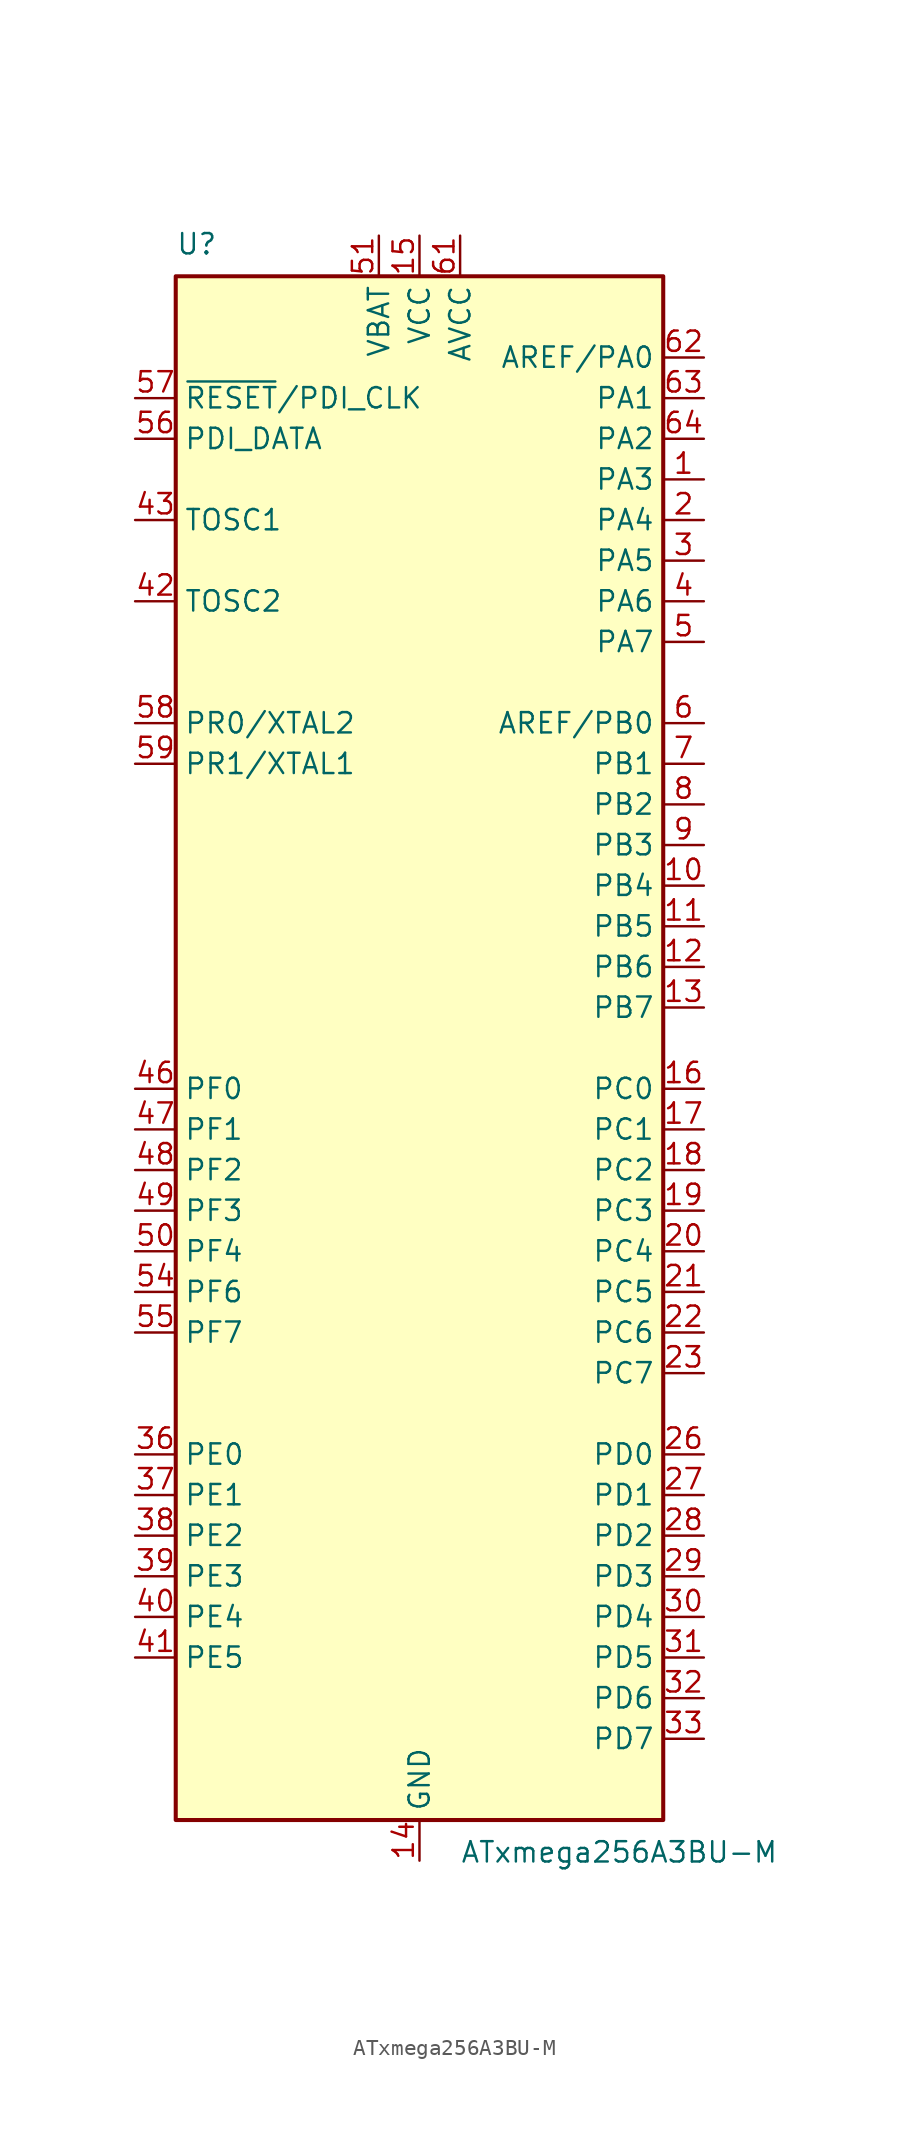
<source format=kicad_sym>
(kicad_symbol_lib
  (version 20231120)
  (generator "kicad_symbol_editor")
  (generator_version "8.0")
  (symbol "ATxmega256A3BU-M"
    (property "Reference" "U"
      (at -15.24 49.53 0)
      (effects (font (size 1.27 1.27)) (justify left bottom)))
    (property "Value" "ATxmega256A3BU-M"
      (at 2.54 -49.53 0)
      (effects (font (size 1.27 1.27)) (justify left top)))
    (symbol "ATxmega256A3BU-M_0_1"
      (rectangle (start -15.24 -48.26) (end 15.24 48.26) (stroke (width 0.254) (type default)) (fill (type background))))
    (symbol "ATxmega256A3BU-M_1_1"
      (pin bidirectional line (at 17.78 35.56 180) (length 2.54) (name "PA3" (effects (font (size 1.27 1.27)))) (number "1" (effects (font (size 1.27 1.27)))))
      (pin bidirectional line (at 17.78 10.16 180) (length 2.54) (name "PB4" (effects (font (size 1.27 1.27)))) (number "10" (effects (font (size 1.27 1.27)))))
      (pin bidirectional line (at 17.78 7.62 180) (length 2.54) (name "PB5" (effects (font (size 1.27 1.27)))) (number "11" (effects (font (size 1.27 1.27)))))
      (pin bidirectional line (at 17.78 5.08 180) (length 2.54) (name "PB6" (effects (font (size 1.27 1.27)))) (number "12" (effects (font (size 1.27 1.27)))))
      (pin bidirectional line (at 17.78 2.54 180) (length 2.54) (name "PB7" (effects (font (size 1.27 1.27)))) (number "13" (effects (font (size 1.27 1.27)))))
      (pin power_in line (at 0 -50.8 90) (length 2.54) (name "GND" (effects (font (size 1.27 1.27)))) (number "14" (effects (font (size 1.27 1.27)))))
      (pin power_in line (at 0 50.8 270) (length 2.54) (name "VCC" (effects (font (size 1.27 1.27)))) (number "15" (effects (font (size 1.27 1.27)))))
      (pin bidirectional line (at 17.78 -2.54 180) (length 2.54) (name "PC0" (effects (font (size 1.27 1.27)))) (number "16" (effects (font (size 1.27 1.27)))))
      (pin bidirectional line (at 17.78 -5.08 180) (length 2.54) (name "PC1" (effects (font (size 1.27 1.27)))) (number "17" (effects (font (size 1.27 1.27)))))
      (pin bidirectional line (at 17.78 -7.62 180) (length 2.54) (name "PC2" (effects (font (size 1.27 1.27)))) (number "18" (effects (font (size 1.27 1.27)))))
      (pin bidirectional line (at 17.78 -10.16 180) (length 2.54) (name "PC3" (effects (font (size 1.27 1.27)))) (number "19" (effects (font (size 1.27 1.27)))))
      (pin bidirectional line (at 17.78 33.02 180) (length 2.54) (name "PA4" (effects (font (size 1.27 1.27)))) (number "2" (effects (font (size 1.27 1.27)))))
      (pin bidirectional line (at 17.78 -12.7 180) (length 2.54) (name "PC4" (effects (font (size 1.27 1.27)))) (number "20" (effects (font (size 1.27 1.27)))))
      (pin bidirectional line (at 17.78 -15.24 180) (length 2.54) (name "PC5" (effects (font (size 1.27 1.27)))) (number "21" (effects (font (size 1.27 1.27)))))
      (pin bidirectional line (at 17.78 -17.78 180) (length 2.54) (name "PC6" (effects (font (size 1.27 1.27)))) (number "22" (effects (font (size 1.27 1.27)))))
      (pin bidirectional line (at 17.78 -20.32 180) (length 2.54) (name "PC7" (effects (font (size 1.27 1.27)))) (number "23" (effects (font (size 1.27 1.27)))))
      (pin passive line (at 0 -50.8 90) (length 2.54) hide (name "GND" (effects (font (size 1.27 1.27)))) (number "24" (effects (font (size 1.27 1.27)))))
      (pin passive line (at 0 50.8 270) (length 2.54) hide (name "VCC" (effects (font (size 1.27 1.27)))) (number "25" (effects (font (size 1.27 1.27)))))
      (pin bidirectional line (at 17.78 -25.4 180) (length 2.54) (name "PD0" (effects (font (size 1.27 1.27)))) (number "26" (effects (font (size 1.27 1.27)))))
      (pin bidirectional line (at 17.78 -27.94 180) (length 2.54) (name "PD1" (effects (font (size 1.27 1.27)))) (number "27" (effects (font (size 1.27 1.27)))))
      (pin bidirectional line (at 17.78 -30.48 180) (length 2.54) (name "PD2" (effects (font (size 1.27 1.27)))) (number "28" (effects (font (size 1.27 1.27)))))
      (pin bidirectional line (at 17.78 -33.02 180) (length 2.54) (name "PD3" (effects (font (size 1.27 1.27)))) (number "29" (effects (font (size 1.27 1.27)))))
      (pin bidirectional line (at 17.78 30.48 180) (length 2.54) (name "PA5" (effects (font (size 1.27 1.27)))) (number "3" (effects (font (size 1.27 1.27)))))
      (pin bidirectional line (at 17.78 -35.56 180) (length 2.54) (name "PD4" (effects (font (size 1.27 1.27)))) (number "30" (effects (font (size 1.27 1.27)))))
      (pin bidirectional line (at 17.78 -38.1 180) (length 2.54) (name "PD5" (effects (font (size 1.27 1.27)))) (number "31" (effects (font (size 1.27 1.27)))))
      (pin bidirectional line (at 17.78 -40.64 180) (length 2.54) (name "PD6" (effects (font (size 1.27 1.27)))) (number "32" (effects (font (size 1.27 1.27)))))
      (pin bidirectional line (at 17.78 -43.18 180) (length 2.54) (name "PD7" (effects (font (size 1.27 1.27)))) (number "33" (effects (font (size 1.27 1.27)))))
      (pin passive line (at 0 -50.8 90) (length 2.54) hide (name "GND" (effects (font (size 1.27 1.27)))) (number "34" (effects (font (size 1.27 1.27)))))
      (pin passive line (at 0 50.8 270) (length 2.54) hide (name "VCC" (effects (font (size 1.27 1.27)))) (number "35" (effects (font (size 1.27 1.27)))))
      (pin bidirectional line (at -17.78 -25.4 0) (length 2.54) (name "PE0" (effects (font (size 1.27 1.27)))) (number "36" (effects (font (size 1.27 1.27)))))
      (pin bidirectional line (at -17.78 -27.94 0) (length 2.54) (name "PE1" (effects (font (size 1.27 1.27)))) (number "37" (effects (font (size 1.27 1.27)))))
      (pin bidirectional line (at -17.78 -30.48 0) (length 2.54) (name "PE2" (effects (font (size 1.27 1.27)))) (number "38" (effects (font (size 1.27 1.27)))))
      (pin bidirectional line (at -17.78 -33.02 0) (length 2.54) (name "PE3" (effects (font (size 1.27 1.27)))) (number "39" (effects (font (size 1.27 1.27)))))
      (pin bidirectional line (at 17.78 27.94 180) (length 2.54) (name "PA6" (effects (font (size 1.27 1.27)))) (number "4" (effects (font (size 1.27 1.27)))))
      (pin bidirectional line (at -17.78 -35.56 0) (length 2.54) (name "PE4" (effects (font (size 1.27 1.27)))) (number "40" (effects (font (size 1.27 1.27)))))
      (pin bidirectional line (at -17.78 -38.1 0) (length 2.54) (name "PE5" (effects (font (size 1.27 1.27)))) (number "41" (effects (font (size 1.27 1.27)))))
      (pin passive line (at -17.78 27.94 0) (length 2.54) (name "TOSC2" (effects (font (size 1.27 1.27)))) (number "42" (effects (font (size 1.27 1.27)))))
      (pin input line (at -17.78 33.02 0) (length 2.54) (name "TOSC1" (effects (font (size 1.27 1.27)))) (number "43" (effects (font (size 1.27 1.27)))))
      (pin passive line (at 0 -50.8 90) (length 2.54) hide (name "GND" (effects (font (size 1.27 1.27)))) (number "44" (effects (font (size 1.27 1.27)))))
      (pin passive line (at 0 50.8 270) (length 2.54) hide (name "VCC" (effects (font (size 1.27 1.27)))) (number "45" (effects (font (size 1.27 1.27)))))
      (pin bidirectional line (at -17.78 -2.54 0) (length 2.54) (name "PF0" (effects (font (size 1.27 1.27)))) (number "46" (effects (font (size 1.27 1.27)))))
      (pin bidirectional line (at -17.78 -5.08 0) (length 2.54) (name "PF1" (effects (font (size 1.27 1.27)))) (number "47" (effects (font (size 1.27 1.27)))))
      (pin bidirectional line (at -17.78 -7.62 0) (length 2.54) (name "PF2" (effects (font (size 1.27 1.27)))) (number "48" (effects (font (size 1.27 1.27)))))
      (pin bidirectional line (at -17.78 -10.16 0) (length 2.54) (name "PF3" (effects (font (size 1.27 1.27)))) (number "49" (effects (font (size 1.27 1.27)))))
      (pin bidirectional line (at 17.78 25.4 180) (length 2.54) (name "PA7" (effects (font (size 1.27 1.27)))) (number "5" (effects (font (size 1.27 1.27)))))
      (pin bidirectional line (at -17.78 -12.7 0) (length 2.54) (name "PF4" (effects (font (size 1.27 1.27)))) (number "50" (effects (font (size 1.27 1.27)))))
      (pin power_in line (at -2.54 50.8 270) (length 2.54) (name "VBAT" (effects (font (size 1.27 1.27)))) (number "51" (effects (font (size 1.27 1.27)))))
      (pin passive line (at 0 -50.8 90) (length 2.54) hide (name "GND" (effects (font (size 1.27 1.27)))) (number "52" (effects (font (size 1.27 1.27)))))
      (pin passive line (at 0 50.8 270) (length 2.54) hide (name "VCC" (effects (font (size 1.27 1.27)))) (number "53" (effects (font (size 1.27 1.27)))))
      (pin bidirectional line (at -17.78 -15.24 0) (length 2.54) (name "PF6" (effects (font (size 1.27 1.27)))) (number "54" (effects (font (size 1.27 1.27)))))
      (pin bidirectional line (at -17.78 -17.78 0) (length 2.54) (name "PF7" (effects (font (size 1.27 1.27)))) (number "55" (effects (font (size 1.27 1.27)))))
      (pin bidirectional line (at -17.78 38.1 0) (length 2.54) (name "PDI_DATA" (effects (font (size 1.27 1.27)))) (number "56" (effects (font (size 1.27 1.27)))))
      (pin input line (at -17.78 40.64 0) (length 2.54) (name "~{RESET}/PDI_CLK" (effects (font (size 1.27 1.27)))) (number "57" (effects (font (size 1.27 1.27)))))
      (pin bidirectional line (at -17.78 20.32 0) (length 2.54) (name "PR0/XTAL2" (effects (font (size 1.27 1.27)))) (number "58" (effects (font (size 1.27 1.27)))))
      (pin bidirectional line (at -17.78 17.78 0) (length 2.54) (name "PR1/XTAL1" (effects (font (size 1.27 1.27)))) (number "59" (effects (font (size 1.27 1.27)))))
      (pin bidirectional line (at 17.78 20.32 180) (length 2.54) (name "AREF/PB0" (effects (font (size 1.27 1.27)))) (number "6" (effects (font (size 1.27 1.27)))))
      (pin passive line (at 0 -50.8 90) (length 2.54) hide (name "GND" (effects (font (size 1.27 1.27)))) (number "60" (effects (font (size 1.27 1.27)))))
      (pin power_in line (at 2.54 50.8 270) (length 2.54) (name "AVCC" (effects (font (size 1.27 1.27)))) (number "61" (effects (font (size 1.27 1.27)))))
      (pin bidirectional line (at 17.78 43.18 180) (length 2.54) (name "AREF/PA0" (effects (font (size 1.27 1.27)))) (number "62" (effects (font (size 1.27 1.27)))))
      (pin bidirectional line (at 17.78 40.64 180) (length 2.54) (name "PA1" (effects (font (size 1.27 1.27)))) (number "63" (effects (font (size 1.27 1.27)))))
      (pin bidirectional line (at 17.78 38.1 180) (length 2.54) (name "PA2" (effects (font (size 1.27 1.27)))) (number "64" (effects (font (size 1.27 1.27)))))
      (pin passive line (at 0 -50.8 90) (length 2.54) hide (name "GND" (effects (font (size 1.27 1.27)))) (number "65" (effects (font (size 1.27 1.27)))))
      (pin bidirectional line (at 17.78 17.78 180) (length 2.54) (name "PB1" (effects (font (size 1.27 1.27)))) (number "7" (effects (font (size 1.27 1.27)))))
      (pin bidirectional line (at 17.78 15.24 180) (length 2.54) (name "PB2" (effects (font (size 1.27 1.27)))) (number "8" (effects (font (size 1.27 1.27)))))
      (pin bidirectional line (at 17.78 12.7 180) (length 2.54) (name "PB3" (effects (font (size 1.27 1.27)))) (number "9" (effects (font (size 1.27 1.27))))))))
</source>
